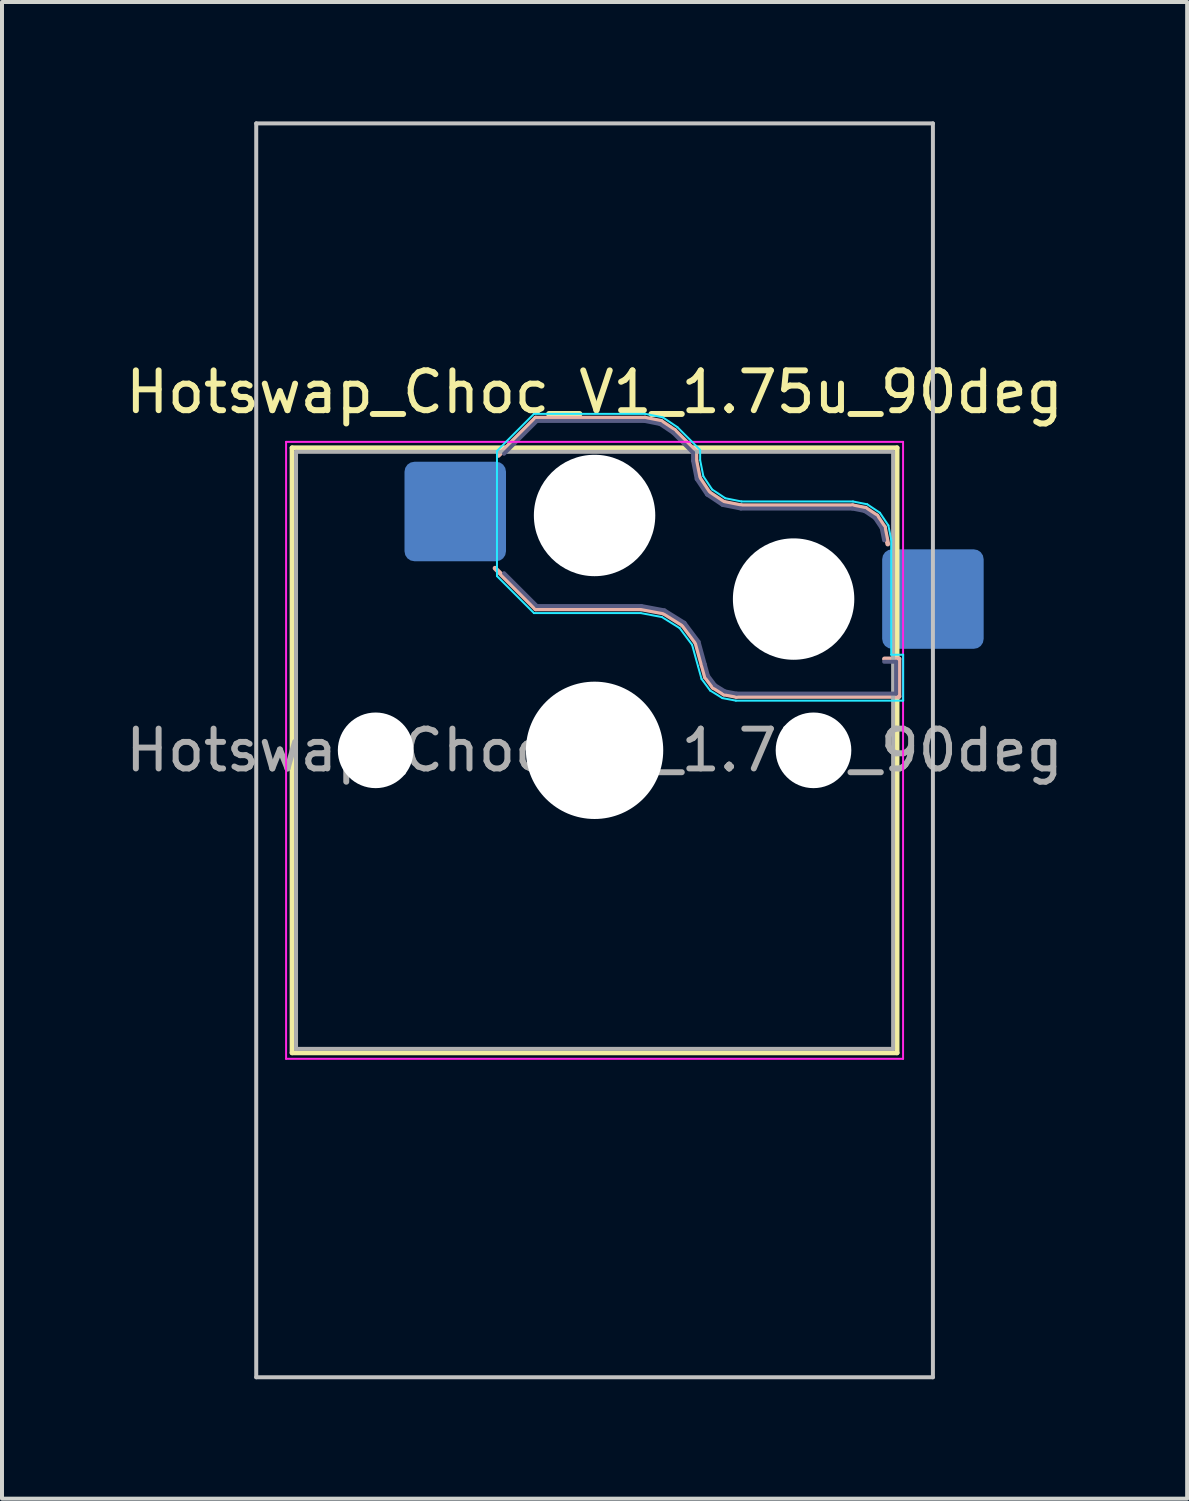
<source format=kicad_pcb>
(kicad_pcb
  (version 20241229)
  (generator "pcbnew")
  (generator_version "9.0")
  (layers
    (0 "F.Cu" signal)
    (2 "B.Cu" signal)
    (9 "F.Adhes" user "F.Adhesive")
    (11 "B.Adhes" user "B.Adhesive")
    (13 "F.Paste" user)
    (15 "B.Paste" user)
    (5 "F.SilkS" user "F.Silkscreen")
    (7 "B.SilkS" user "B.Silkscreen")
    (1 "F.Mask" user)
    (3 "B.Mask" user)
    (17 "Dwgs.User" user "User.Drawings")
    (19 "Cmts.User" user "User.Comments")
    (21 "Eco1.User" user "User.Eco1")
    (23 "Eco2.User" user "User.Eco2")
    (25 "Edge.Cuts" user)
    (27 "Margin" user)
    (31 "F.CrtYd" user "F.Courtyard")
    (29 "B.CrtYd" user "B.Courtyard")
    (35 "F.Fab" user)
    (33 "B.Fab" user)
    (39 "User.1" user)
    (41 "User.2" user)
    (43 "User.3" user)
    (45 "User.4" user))
  (footprint "Hotswap_Choc_V1_1.75u_90deg"
    (layer "F.Cu")
    (at 11.887 15.8)
    (property "Reference" "Hotswap_Choc_V1_1.75u_90deg" (at 0 -9 0) (layer "F.SilkS") (effects (font (size 1 1) (thickness 0.15))))
    (attr smd)
    (fp_line (start -7.6 -7.6) (end -7.6 7.6) (stroke (width 0.12) (type solid)) (layer "F.SilkS"))
    (fp_line (start -7.6 7.6) (end 7.6 7.6) (stroke (width 0.12) (type solid)) (layer "F.SilkS"))
    (fp_line (start 7.6 -7.6) (end -7.6 -7.6) (stroke (width 0.12) (type solid)) (layer "F.SilkS"))
    (fp_line (start 7.6 7.6) (end 7.6 -7.6) (stroke (width 0.12) (type solid)) (layer "F.SilkS"))
    (fp_line (start -2.416 -7.409) (end -1.479 -8.346) (stroke (width 0.12) (type solid)) (layer "B.SilkS"))
    (fp_line (start -1.479 -8.346) (end 1.268 -8.346) (stroke (width 0.12) (type solid)) (layer "B.SilkS"))
    (fp_line (start -1.479 -3.554) (end -2.5 -4.575) (stroke (width 0.12) (type solid)) (layer "B.SilkS"))
    (fp_line (start 1.168 -3.554) (end -1.479 -3.554) (stroke (width 0.12) (type solid)) (layer "B.SilkS"))
    (fp_line (start 1.268 -8.346) (end 1.671 -8.266) (stroke (width 0.12) (type solid)) (layer "B.SilkS"))
    (fp_line (start 1.671 -8.266) (end 2.013 -8.037) (stroke (width 0.12) (type solid)) (layer "B.SilkS"))
    (fp_line (start 1.73 -3.449) (end 1.168 -3.554) (stroke (width 0.12) (type solid)) (layer "B.SilkS"))
    (fp_line (start 2.013 -8.037) (end 2.546 -7.504) (stroke (width 0.12) (type solid)) (layer "B.SilkS"))
    (fp_line (start 2.209 -3.15) (end 1.73 -3.449) (stroke (width 0.12) (type solid)) (layer "B.SilkS"))
    (fp_line (start 2.546 -7.504) (end 2.546 -7.282) (stroke (width 0.12) (type solid)) (layer "B.SilkS"))
    (fp_line (start 2.546 -7.282) (end 2.633 -6.844) (stroke (width 0.12) (type solid)) (layer "B.SilkS"))
    (fp_line (start 2.547 -2.697) (end 2.209 -3.15) (stroke (width 0.12) (type solid)) (layer "B.SilkS"))
    (fp_line (start 2.633 -6.844) (end 2.877 -6.477) (stroke (width 0.12) (type solid)) (layer "B.SilkS"))
    (fp_line (start 2.701 -2.139) (end 2.547 -2.697) (stroke (width 0.12) (type solid)) (layer "B.SilkS"))
    (fp_line (start 2.783 -1.841) (end 2.701 -2.139) (stroke (width 0.12) (type solid)) (layer "B.SilkS"))
    (fp_line (start 2.877 -6.477) (end 3.244 -6.233) (stroke (width 0.12) (type solid)) (layer "B.SilkS"))
    (fp_line (start 2.976 -1.583) (end 2.783 -1.841) (stroke (width 0.12) (type solid)) (layer "B.SilkS"))
    (fp_line (start 3.244 -6.233) (end 3.682 -6.146) (stroke (width 0.12) (type solid)) (layer "B.SilkS"))
    (fp_line (start 3.25 -1.413) (end 2.976 -1.583) (stroke (width 0.12) (type solid)) (layer "B.SilkS"))
    (fp_line (start 3.56 -1.354) (end 3.25 -1.413) (stroke (width 0.12) (type solid)) (layer "B.SilkS"))
    (fp_line (start 3.682 -6.146) (end 6.482 -6.146) (stroke (width 0.12) (type solid)) (layer "B.SilkS"))
    (fp_line (start 6.482 -6.146) (end 6.809 -6.081) (stroke (width 0.12) (type solid)) (layer "B.SilkS"))
    (fp_line (start 6.809 -6.081) (end 7.092 -5.892) (stroke (width 0.12) (type solid)) (layer "B.SilkS"))
    (fp_line (start 7.092 -5.892) (end 7.281 -5.609) (stroke (width 0.12) (type solid)) (layer "B.SilkS"))
    (fp_line (start 7.281 -5.609) (end 7.366 -5.182) (stroke (width 0.12) (type solid)) (layer "B.SilkS"))
    (fp_line (start 7.283 -2.296) (end 7.646 -2.296) (stroke (width 0.12) (type solid)) (layer "B.SilkS"))
    (fp_line (start 7.646 -2.296) (end 7.646 -1.354) (stroke (width 0.12) (type solid)) (layer "B.SilkS"))
    (fp_line (start 7.646 -1.354) (end 3.56 -1.354) (stroke (width 0.12) (type solid)) (layer "B.SilkS"))
    (fp_line (start -8.5 -15.75) (end 8.5 -15.75) (stroke (width 0.1) (type solid)) (layer "Dwgs.User"))
    (fp_line (start -8.5 15.75) (end -8.5 -15.75) (stroke (width 0.1) (type solid)) (layer "Dwgs.User"))
    (fp_line (start 8.5 -15.75) (end 8.5 15.75) (stroke (width 0.1) (type solid)) (layer "Dwgs.User"))
    (fp_line (start 8.5 15.75) (end -8.5 15.75) (stroke (width 0.1) (type solid)) (layer "Dwgs.User"))
    (fp_line (start -7.25 -7.25) (end -7.25 7.25) (stroke (width 0.1) (type solid)) (layer "Eco1.User"))
    (fp_line (start -7.25 7.25) (end 7.25 7.25) (stroke (width 0.1) (type solid)) (layer "Eco1.User"))
    (fp_line (start 7.25 -7.25) (end -7.25 -7.25) (stroke (width 0.1) (type solid)) (layer "Eco1.User"))
    (fp_line (start 7.25 7.25) (end 7.25 -7.25) (stroke (width 0.1) (type solid)) (layer "Eco1.User"))
    (fp_line (start -2.452 -7.523) (end -1.523 -8.452) (stroke (width 0.05) (type solid)) (layer "B.CrtYd"))
    (fp_line (start -2.452 -4.377) (end -2.452 -7.523) (stroke (width 0.05) (type solid)) (layer "B.CrtYd"))
    (fp_line (start -1.523 -8.452) (end 1.278 -8.452) (stroke (width 0.05) (type solid)) (layer "B.CrtYd"))
    (fp_line (start -1.523 -3.448) (end -2.452 -4.377) (stroke (width 0.05) (type solid)) (layer "B.CrtYd"))
    (fp_line (start 1.159 -3.448) (end -1.523 -3.448) (stroke (width 0.05) (type solid)) (layer "B.CrtYd"))
    (fp_line (start 1.278 -8.452) (end 1.712 -8.366) (stroke (width 0.05) (type solid)) (layer "B.CrtYd"))
    (fp_line (start 1.691 -3.348) (end 1.159 -3.448) (stroke (width 0.05) (type solid)) (layer "B.CrtYd"))
    (fp_line (start 1.712 -8.366) (end 2.081 -8.119) (stroke (width 0.05) (type solid)) (layer "B.CrtYd"))
    (fp_line (start 2.081 -8.119) (end 2.652 -7.548) (stroke (width 0.05) (type solid)) (layer "B.CrtYd"))
    (fp_line (start 2.136 -3.071) (end 1.691 -3.348) (stroke (width 0.05) (type solid)) (layer "B.CrtYd"))
    (fp_line (start 2.45 -2.65) (end 2.136 -3.071) (stroke (width 0.05) (type solid)) (layer "B.CrtYd"))
    (fp_line (start 2.599 -2.111) (end 2.45 -2.65) (stroke (width 0.05) (type solid)) (layer "B.CrtYd"))
    (fp_line (start 2.652 -7.548) (end 2.652 -7.292) (stroke (width 0.05) (type solid)) (layer "B.CrtYd"))
    (fp_line (start 2.652 -7.292) (end 2.733 -6.885) (stroke (width 0.05) (type solid)) (layer "B.CrtYd"))
    (fp_line (start 2.687 -1.794) (end 2.599 -2.111) (stroke (width 0.05) (type solid)) (layer "B.CrtYd"))
    (fp_line (start 2.733 -6.885) (end 2.953 -6.553) (stroke (width 0.05) (type solid)) (layer "B.CrtYd"))
    (fp_line (start 2.903 -1.503) (end 2.687 -1.794) (stroke (width 0.05) (type solid)) (layer "B.CrtYd"))
    (fp_line (start 2.953 -6.553) (end 3.285 -6.333) (stroke (width 0.05) (type solid)) (layer "B.CrtYd"))
    (fp_line (start 3.211 -1.312) (end 2.903 -1.503) (stroke (width 0.05) (type solid)) (layer "B.CrtYd"))
    (fp_line (start 3.285 -6.333) (end 3.692 -6.252) (stroke (width 0.05) (type solid)) (layer "B.CrtYd"))
    (fp_line (start 3.55 -1.248) (end 3.211 -1.312) (stroke (width 0.05) (type solid)) (layer "B.CrtYd"))
    (fp_line (start 3.692 -6.252) (end 6.492 -6.252) (stroke (width 0.05) (type solid)) (layer "B.CrtYd"))
    (fp_line (start 6.492 -6.252) (end 6.85 -6.181) (stroke (width 0.05) (type solid)) (layer "B.CrtYd"))
    (fp_line (start 6.85 -6.181) (end 7.168 -5.968) (stroke (width 0.05) (type solid)) (layer "B.CrtYd"))
    (fp_line (start 7.168 -5.968) (end 7.381 -5.65) (stroke (width 0.05) (type solid)) (layer "B.CrtYd"))
    (fp_line (start 7.381 -5.65) (end 7.452 -5.292) (stroke (width 0.05) (type solid)) (layer "B.CrtYd"))
    (fp_line (start 7.452 -5.292) (end 7.452 -2.402) (stroke (width 0.05) (type solid)) (layer "B.CrtYd"))
    (fp_line (start 7.452 -2.402) (end 7.752 -2.402) (stroke (width 0.05) (type solid)) (layer "B.CrtYd"))
    (fp_line (start 7.752 -2.402) (end 7.752 -1.248) (stroke (width 0.05) (type solid)) (layer "B.CrtYd"))
    (fp_line (start 7.752 -1.248) (end 3.55 -1.248) (stroke (width 0.05) (type solid)) (layer "B.CrtYd"))
    (fp_line (start -7.75 -7.75) (end -7.75 7.75) (stroke (width 0.05) (type solid)) (layer "F.CrtYd"))
    (fp_line (start -7.75 7.75) (end 7.75 7.75) (stroke (width 0.05) (type solid)) (layer "F.CrtYd"))
    (fp_line (start 7.75 -7.75) (end -7.75 -7.75) (stroke (width 0.05) (type solid)) (layer "F.CrtYd"))
    (fp_line (start 7.75 7.75) (end 7.75 -7.75) (stroke (width 0.05) (type solid)) (layer "F.CrtYd"))
    (fp_line (start -2.275 -7.45) (end -1.45 -8.275) (stroke (width 0.1) (type solid)) (layer "B.Fab"))
    (fp_line (start -1.45 -8.275) (end 1.261 -8.275) (stroke (width 0.1) (type solid)) (layer "B.Fab"))
    (fp_line (start -1.45 -3.625) (end -2.275 -4.45) (stroke (width 0.1) (type solid)) (layer "B.Fab"))
    (fp_line (start 1.175 -3.625) (end -1.45 -3.625) (stroke (width 0.1) (type solid)) (layer "B.Fab"))
    (fp_line (start 1.261 -8.275) (end 1.643 -8.199) (stroke (width 0.1) (type solid)) (layer "B.Fab"))
    (fp_line (start 1.643 -8.199) (end 1.968 -7.982) (stroke (width 0.1) (type solid)) (layer "B.Fab"))
    (fp_line (start 1.756 -3.516) (end 1.175 -3.625) (stroke (width 0.1) (type solid)) (layer "B.Fab"))
    (fp_line (start 1.968 -7.982) (end 2.475 -7.475) (stroke (width 0.1) (type solid)) (layer "B.Fab"))
    (fp_line (start 2.258 -3.203) (end 1.756 -3.516) (stroke (width 0.1) (type solid)) (layer "B.Fab"))
    (fp_line (start 2.475 -7.475) (end 2.475 -7.275) (stroke (width 0.1) (type solid)) (layer "B.Fab"))
    (fp_line (start 2.475 -7.275) (end 2.566 -6.816) (stroke (width 0.1) (type solid)) (layer "B.Fab"))
    (fp_line (start 2.566 -6.816) (end 2.826 -6.426) (stroke (width 0.1) (type solid)) (layer "B.Fab"))
    (fp_line (start 2.612 -2.729) (end 2.258 -3.203) (stroke (width 0.1) (type solid)) (layer "B.Fab"))
    (fp_line (start 2.769 -2.158) (end 2.612 -2.729) (stroke (width 0.1) (type solid)) (layer "B.Fab"))
    (fp_line (start 2.826 -6.426) (end 3.216 -6.166) (stroke (width 0.1) (type solid)) (layer "B.Fab"))
    (fp_line (start 2.848 -1.873) (end 2.769 -2.158) (stroke (width 0.1) (type solid)) (layer "B.Fab"))
    (fp_line (start 3.025 -1.636) (end 2.848 -1.873) (stroke (width 0.1) (type solid)) (layer "B.Fab"))
    (fp_line (start 3.216 -6.166) (end 3.675 -6.075) (stroke (width 0.1) (type solid)) (layer "B.Fab"))
    (fp_line (start 3.276 -1.48) (end 3.025 -1.636) (stroke (width 0.1) (type solid)) (layer "B.Fab"))
    (fp_line (start 3.567 -1.425) (end 3.276 -1.48) (stroke (width 0.1) (type solid)) (layer "B.Fab"))
    (fp_line (start 3.675 -6.075) (end 6.475 -6.075) (stroke (width 0.1) (type solid)) (layer "B.Fab"))
    (fp_line (start 6.475 -6.075) (end 6.781 -6.014) (stroke (width 0.1) (type solid)) (layer "B.Fab"))
    (fp_line (start 6.781 -6.014) (end 7.041 -5.841) (stroke (width 0.1) (type solid)) (layer "B.Fab"))
    (fp_line (start 7.041 -5.841) (end 7.214 -5.581) (stroke (width 0.1) (type solid)) (layer "B.Fab"))
    (fp_line (start 7.214 -5.581) (end 7.275 -5.275) (stroke (width 0.1) (type solid)) (layer "B.Fab"))
    (fp_line (start 7.275 -2.225) (end 7.575 -2.225) (stroke (width 0.1) (type solid)) (layer "B.Fab"))
    (fp_line (start 7.575 -2.225) (end 7.575 -1.425) (stroke (width 0.1) (type solid)) (layer "B.Fab"))
    (fp_line (start 7.575 -1.425) (end 3.567 -1.425) (stroke (width 0.1) (type solid)) (layer "B.Fab"))
    (fp_line (start -7.5 -7.5) (end -7.5 7.5) (stroke (width 0.1) (type solid)) (layer "F.Fab"))
    (fp_line (start -7.5 7.5) (end 7.5 7.5) (stroke (width 0.1) (type solid)) (layer "F.Fab"))
    (fp_line (start 7.5 -7.5) (end -7.5 -7.5) (stroke (width 0.1) (type solid)) (layer "F.Fab"))
    (fp_line (start 7.5 7.5) (end 7.5 -7.5) (stroke (width 0.1) (type solid)) (layer "F.Fab"))
    (fp_text user "${REFERENCE}" (at 0 0 0) (layer "F.Fab") (effects (font (size 1 1) (thickness 0.15))))
    (pad "" np_thru_hole circle (at -5.5 0) (size 1.9 1.9) (drill 1.9) (layers "*.Cu" "*.Mask"))
    (pad "" np_thru_hole circle (at 0 -5.9) (size 3.05 3.05) (drill 3.05) (layers "*.Cu" "*.Mask"))
    (pad "" np_thru_hole circle (at 0 0) (size 3.45 3.45) (drill 3.45) (layers "*.Cu" "*.Mask"))
    (pad "" np_thru_hole circle (at 5 -3.8) (size 3.05 3.05) (drill 3.05) (layers "*.Cu" "*.Mask"))
    (pad "" np_thru_hole circle (at 5.5 0) (size 1.9 1.9) (drill 1.9) (layers "*.Cu" "*.Mask"))
    (pad "1" smd roundrect (at -3.5 -6) (size 2.55 2.5) (layers "B.Cu" "B.Mask" "B.Paste") (roundrect_rratio 0.1))
    (pad "2" smd roundrect (at 8.5 -3.8) (size 2.55 2.5) (layers "B.Cu" "B.Mask" "B.Paste") (roundrect_rratio 0.1)))
  (gr_rect
    (start -3 -3)
    (end 26.774 34.6)
    (stroke (width 0.1) (type default))
    (fill no)
    (layer "Edge.Cuts")))
</source>
